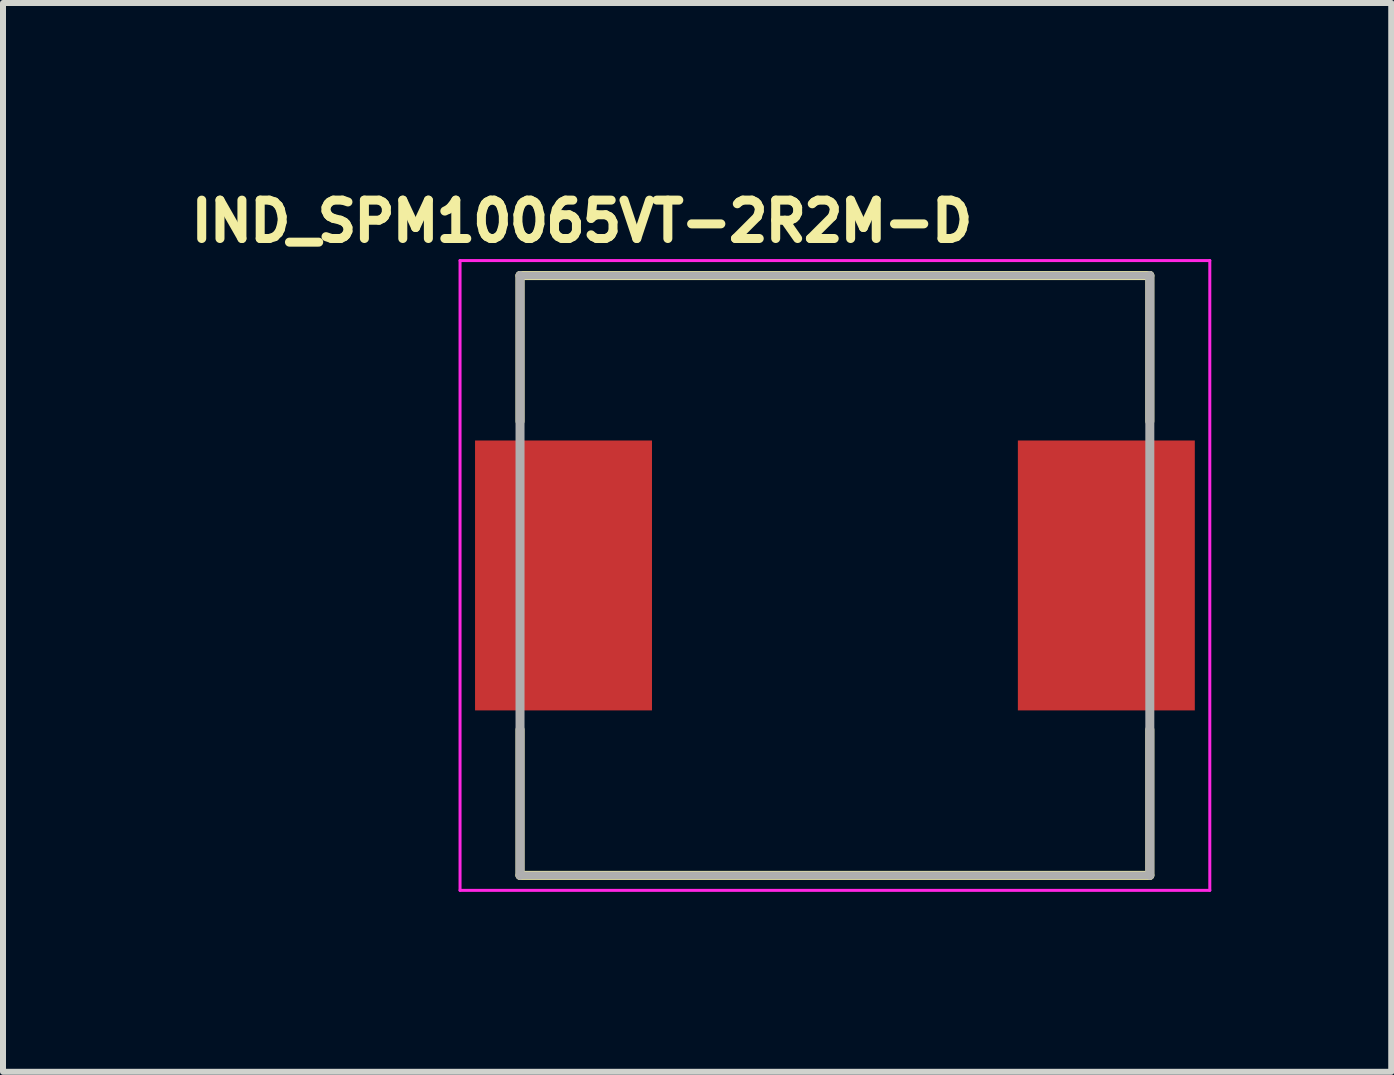
<source format=kicad_pcb>
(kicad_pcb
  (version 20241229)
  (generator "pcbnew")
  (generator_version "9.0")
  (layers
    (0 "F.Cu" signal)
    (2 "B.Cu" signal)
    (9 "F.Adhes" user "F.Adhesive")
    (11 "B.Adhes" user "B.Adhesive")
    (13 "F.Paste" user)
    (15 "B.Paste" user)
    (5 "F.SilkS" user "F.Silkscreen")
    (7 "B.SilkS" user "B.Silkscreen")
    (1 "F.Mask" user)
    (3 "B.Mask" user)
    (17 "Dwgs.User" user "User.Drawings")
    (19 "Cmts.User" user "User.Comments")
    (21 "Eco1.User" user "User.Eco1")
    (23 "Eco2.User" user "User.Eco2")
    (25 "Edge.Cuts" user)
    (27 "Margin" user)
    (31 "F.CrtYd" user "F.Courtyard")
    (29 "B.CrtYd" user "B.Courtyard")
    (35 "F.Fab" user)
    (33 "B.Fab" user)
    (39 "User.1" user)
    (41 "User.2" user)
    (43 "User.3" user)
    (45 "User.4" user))
  (footprint "IND_SPM10065VT-2R2M-D"
    (layer "F.Cu")
    (at 10.87 6.544)
    (property "Reference" "IND_SPM10065VT-2R2M-D" (at -4.218 -5.906 0) (layer "F.SilkS") (effects (font (size 0.64 0.64) (thickness 0.15))))
    (attr smd)
    (fp_line (start -5.25 -5) (end -5.25 -2.57) (stroke (width 0.15) (type solid)) (layer "F.SilkS"))
    (fp_line (start -5.25 -5) (end 5.25 -5) (stroke (width 0.15) (type solid)) (layer "F.SilkS"))
    (fp_line (start -5.25 5) (end -5.25 2.57) (stroke (width 0.15) (type solid)) (layer "F.SilkS"))
    (fp_line (start -5.25 5) (end 5.25 5) (stroke (width 0.15) (type solid)) (layer "F.SilkS"))
    (fp_line (start 5.25 -5) (end 5.25 -2.57) (stroke (width 0.15) (type solid)) (layer "F.SilkS"))
    (fp_line (start 5.25 5) (end 5.25 2.57) (stroke (width 0.15) (type solid)) (layer "F.SilkS"))
    (fp_line (start -6.25 -5.25) (end -6.25 5.25) (stroke (width 0.05) (type solid)) (layer "F.CrtYd"))
    (fp_line (start -6.25 5.25) (end 6.25 5.25) (stroke (width 0.05) (type solid)) (layer "F.CrtYd"))
    (fp_line (start 6.25 -5.25) (end -6.25 -5.25) (stroke (width 0.05) (type solid)) (layer "F.CrtYd"))
    (fp_line (start 6.25 5.25) (end 6.25 -5.25) (stroke (width 0.05) (type solid)) (layer "F.CrtYd"))
    (fp_line (start -5.25 -5) (end -5.25 5) (stroke (width 0.15) (type solid)) (layer "F.Fab"))
    (fp_line (start -5.25 -5) (end 5.25 -5) (stroke (width 0.127) (type solid)) (layer "F.Fab"))
    (fp_line (start -5.25 5) (end 5.25 5) (stroke (width 0.127) (type solid)) (layer "F.Fab"))
    (fp_line (start 5.25 -5) (end 5.25 5) (stroke (width 0.15) (type solid)) (layer "F.Fab"))
    (pad "1" smd rect (at -4.525 0) (size 2.95 4.5) (layers "F.Cu" "F.Mask" "F.Paste"))
    (pad "2" smd rect (at 4.525 0) (size 2.95 4.5) (layers "F.Cu" "F.Mask" "F.Paste")))
  (gr_rect
    (start -3 -3)
    (end 20.145 14.819)
    (stroke (width 0.1) (type default))
    (fill no)
    (layer "Edge.Cuts")))
</source>
